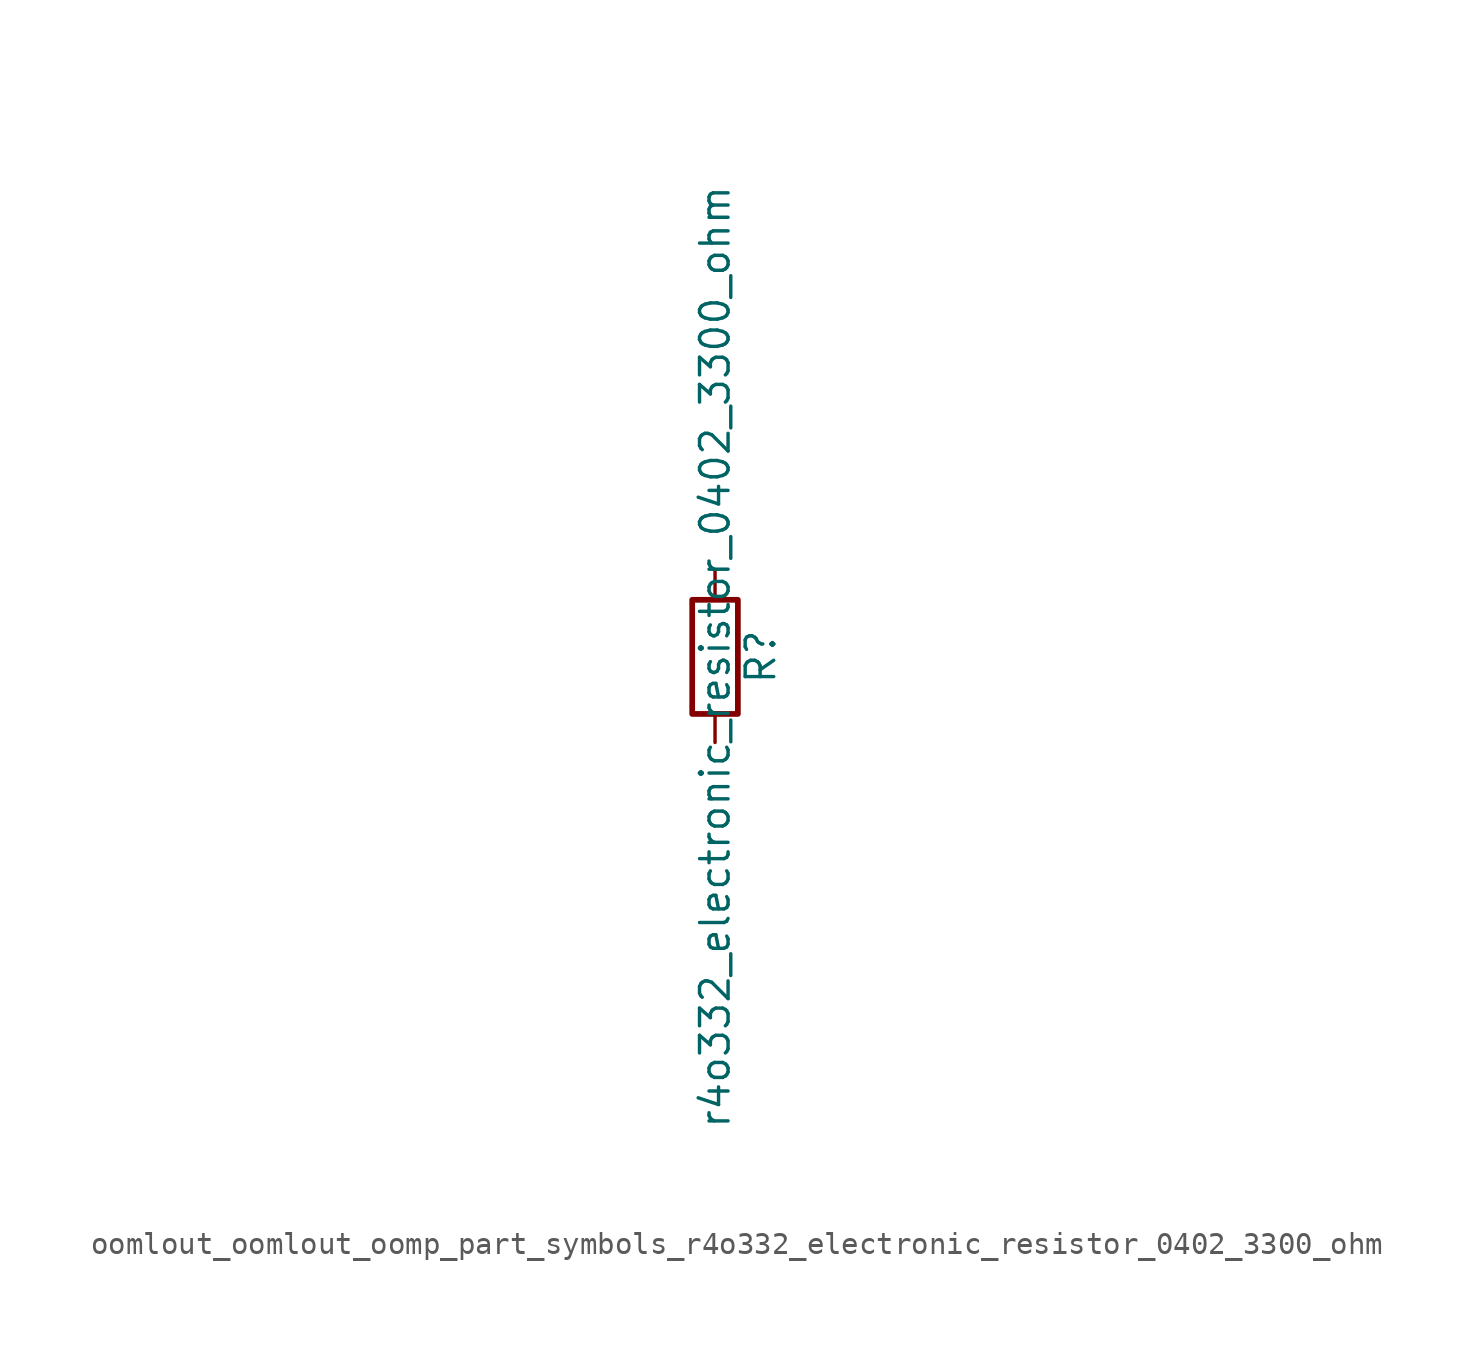
<source format=kicad_sym>
(kicad_symbol_lib
  (version 20220914)
  (generator kicad_symbol_editor)
  (symbol "oomlout_oomlout_oomp_part_symbols_r4o332_electronic_resistor_0402_3300_ohm"
    (pin_numbers hide)
    (pin_names
      (offset 0))
    (property "Reference" "R"
      (at 2.032 0 90)
      (effects (font (size 1.27 1.27))))
    (property "Value" "r4o332_electronic_resistor_0402_3300_ohm"
      (at 0 0 90)
      (effects (font (size 1.27 1.27))))
    (symbol "oomlout_oomlout_oomp_part_symbols_r4o332_electronic_resistor_0402_3300_ohm_0_1"
      (rectangle (start -1.016 -2.54) (end 1.016 2.54) (stroke (width 0.254) (type default)) (fill (type none))))
    (symbol "oomlout_oomlout_oomp_part_symbols_r4o332_electronic_resistor_0402_3300_ohm_1_1"
      (pin passive line (at 0 3.81 270) (length 1.27) (name "~" (effects (font (size 1.27 1.27)))) (number "1" (effects (font (size 1.27 1.27)))))
      (pin passive line (at 0 -3.81 90) (length 1.27) (name "~" (effects (font (size 1.27 1.27)))) (number "2" (effects (font (size 1.27 1.27))))))))
</source>
